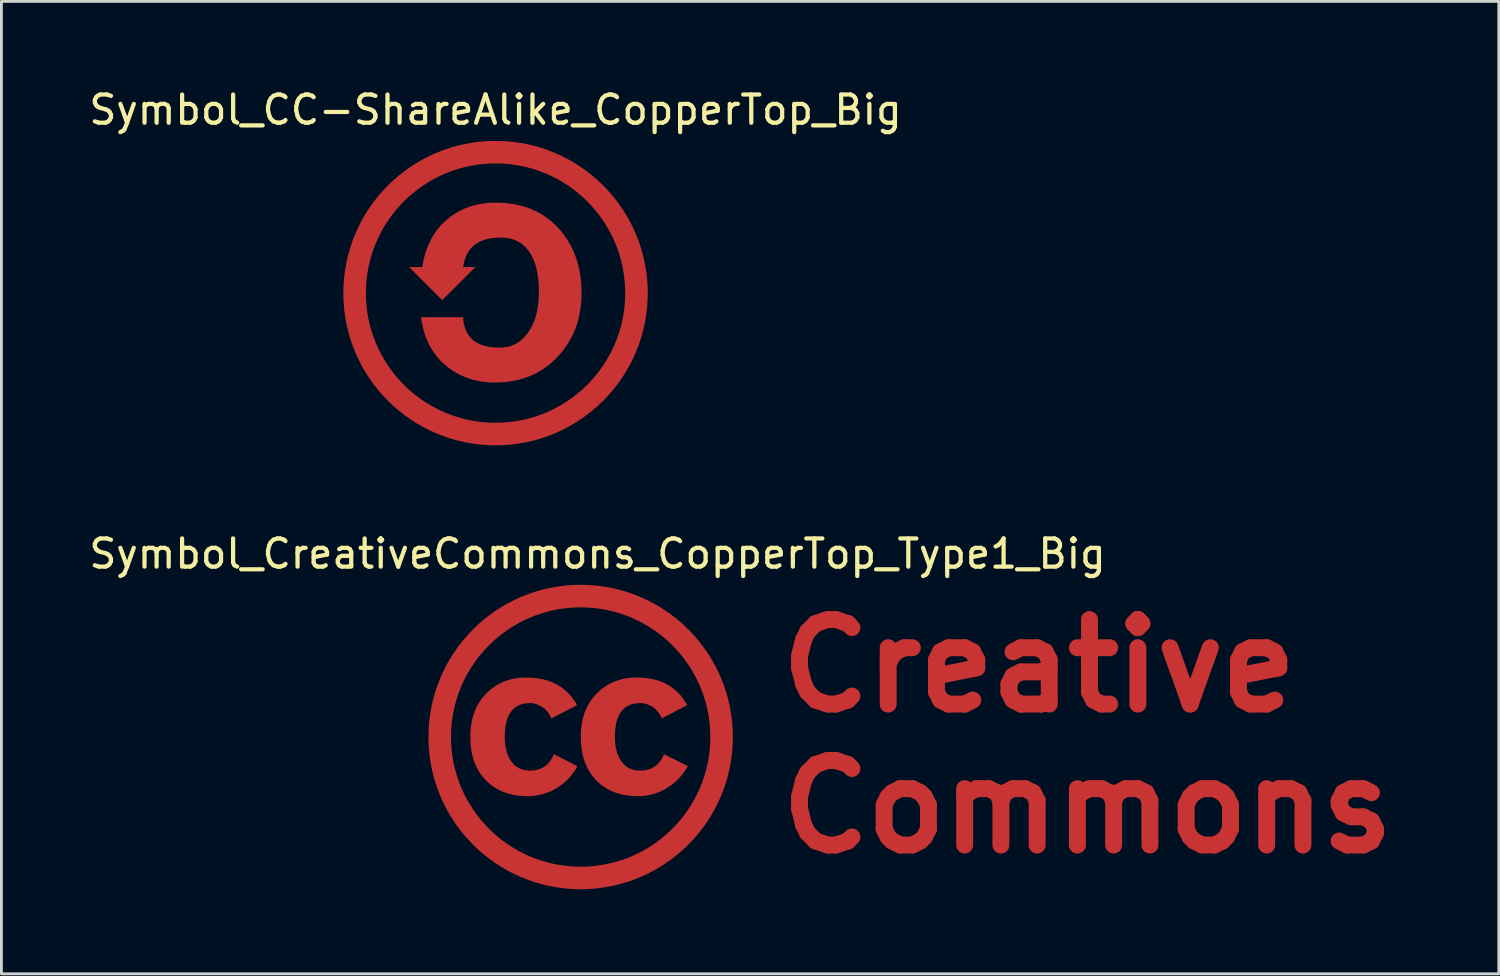
<source format=kicad_pcb>
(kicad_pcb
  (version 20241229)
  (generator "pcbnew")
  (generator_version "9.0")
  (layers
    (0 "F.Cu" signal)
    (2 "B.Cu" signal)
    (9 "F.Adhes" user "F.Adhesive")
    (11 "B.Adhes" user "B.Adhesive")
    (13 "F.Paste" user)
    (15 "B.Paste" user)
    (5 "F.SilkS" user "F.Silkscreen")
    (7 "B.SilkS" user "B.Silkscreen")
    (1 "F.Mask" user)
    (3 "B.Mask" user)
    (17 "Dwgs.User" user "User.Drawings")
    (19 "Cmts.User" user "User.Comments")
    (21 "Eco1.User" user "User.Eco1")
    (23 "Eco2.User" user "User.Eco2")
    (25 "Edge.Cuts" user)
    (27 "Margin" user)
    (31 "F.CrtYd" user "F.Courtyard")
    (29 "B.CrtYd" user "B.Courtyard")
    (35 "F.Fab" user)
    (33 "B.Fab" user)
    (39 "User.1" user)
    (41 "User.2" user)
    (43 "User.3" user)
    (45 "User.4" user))
  (footprint "Symbol_CC-ShareAlike_CopperTop_Big"
    (layer "F.Cu")
    (at 14.53 7.348)
    (property "Reference" "Symbol_CC-ShareAlike_CopperTop_Big" (at 0 -6.5 0) (layer "F.SilkS") (effects (font (size 1 1) (thickness 0.15))))
    (attr exclude_from_pos_files exclude_from_bom allow_missing_courtyard)
    (fp_circle (center 0 0) (end 5 0) (stroke (width 0.8) (type default)) (fill no) (layer "F.Cu"))
    (fp_poly (pts (xy 0.175 -3.205) (xy 0.342 -3.195) (xy 0.506 -3.177) (xy 0.665 -3.153) (xy 0.819 -3.121) (xy 0.969 -3.082) (xy 1.115 -3.037) (xy 1.256 -2.984) (xy 1.393 -2.924) (xy 1.525 -2.858) (xy 1.653 -2.784) (xy 1.776 -2.703) (xy 1.895 -2.615) (xy 2.009 -2.52) (xy 2.119 -2.418) (xy 2.225 -2.31) (xy 2.325 -2.195) (xy 2.418 -2.077) (xy 2.505 -1.954) (xy 2.586 -1.828) (xy 2.66 -1.698) (xy 2.728 -1.563) (xy 2.789 -1.425) (xy 2.844 -1.283) (xy 2.892 -1.137) (xy 2.934 -0.987) (xy 2.97 -0.833) (xy 2.999 -0.674) (xy 3.021 -0.512) (xy 3.037 -0.346) (xy 3.047 -0.176) (xy 3.05 -0.002) (xy 3.047 0.166) (xy 3.037 0.332) (xy 3.02 0.493) (xy 2.997 0.651) (xy 2.966 0.806) (xy 2.93 0.957) (xy 2.886 1.104) (xy 2.836 1.248) (xy 2.779 1.388) (xy 2.715 1.524) (xy 2.645 1.657) (xy 2.568 1.786) (xy 2.484 1.912) (xy 2.394 2.034) (xy 2.297 2.153) (xy 2.193 2.267) (xy 2.084 2.377) (xy 1.971 2.479) (xy 1.854 2.575) (xy 1.733 2.663) (xy 1.608 2.745) (xy 1.479 2.819) (xy 1.346 2.886) (xy 1.209 2.946) (xy 1.068 2.999) (xy 0.923 3.045) (xy 0.774 3.084) (xy 0.621 3.116) (xy 0.465 3.141) (xy 0.304 3.158) (xy 0.139 3.169) (xy -0.03 3.172) (xy -0.154 3.17) (xy -0.277 3.163) (xy -0.397 3.151) (xy -0.515 3.135) (xy -0.631 3.113) (xy -0.745 3.088) (xy -0.857 3.057) (xy -0.966 3.022) (xy -1.074 2.982) (xy -1.179 2.937) (xy -1.282 2.887) (xy -1.383 2.833) (xy -1.482 2.774) (xy -1.578 2.711) (xy -1.673 2.642) (xy -1.765 2.569) (xy -1.854 2.492) (xy -1.939 2.41) (xy -2.019 2.325) (xy -2.094 2.236) (xy -2.165 2.142) (xy -2.231 2.045) (xy -2.293 1.944) (xy -2.35 1.839) (xy -2.403 1.73) (xy -2.451 1.617) (xy -2.494 1.5) (xy -2.533 1.379) (xy -2.568 1.254) (xy -2.598 1.125) (xy -2.623 0.992) (xy -2.644 0.855) (xy -1.151 0.855) (xy -1.147 0.921) (xy -1.14 0.985) (xy -1.131 1.048) (xy -1.119 1.108) (xy -1.105 1.166) (xy -1.089 1.222) (xy -1.071 1.275) (xy -1.05 1.327) (xy -1.027 1.377) (xy -1.001 1.424) (xy -0.973 1.469) (xy -0.943 1.513) (xy -0.911 1.554) (xy -0.876 1.593) (xy -0.839 1.63) (xy -0.799 1.664) (xy -0.757 1.697) (xy -0.713 1.728) (xy -0.667 1.756) (xy -0.618 1.782) (xy -0.567 1.807) (xy -0.513 1.829) (xy -0.457 1.849) (xy -0.399 1.867) (xy -0.338 1.883) (xy -0.276 1.896) (xy -0.21 1.908) (xy -0.143 1.917) (xy -0.073 1.925) (xy -0.001 1.93) (xy 0.074 1.933) (xy 0.151 1.934) (xy 0.228 1.932) (xy 0.303 1.926) (xy 0.376 1.915) (xy 0.448 1.901) (xy 0.517 1.882) (xy 0.585 1.858) (xy 0.65 1.831) (xy 0.714 1.799) (xy 0.776 1.763) (xy 0.836 1.723) (xy 0.894 1.679) (xy 0.95 1.631) (xy 1.005 1.578) (xy 1.057 1.521) (xy 1.107 1.46) (xy 1.156 1.395) (xy 1.202 1.326) (xy 1.245 1.254) (xy 1.286 1.18) (xy 1.323 1.102) (xy 1.357 1.022) (xy 1.388 0.939) (xy 1.417 0.853) (xy 1.442 0.765) (xy 1.464 0.673) (xy 1.484 0.579) (xy 1.5 0.482) (xy 1.514 0.383) (xy 1.524 0.28) (xy 1.531 0.175) (xy 1.536 0.066) (xy 1.537 -0.045) (xy 1.536 -0.161) (xy 1.532 -0.273) (xy 1.525 -0.382) (xy 1.516 -0.488) (xy 1.503 -0.589) (xy 1.488 -0.688) (xy 1.471 -0.783) (xy 1.45 -0.874) (xy 1.427 -0.962) (xy 1.401 -1.046) (xy 1.372 -1.127) (xy 1.341 -1.205) (xy 1.307 -1.278) (xy 1.27 -1.349) (xy 1.231 -1.415) (xy 1.188 -1.479) (xy 1.143 -1.538) (xy 1.096 -1.594) (xy 1.046 -1.646) (xy 0.994 -1.694) (xy 0.94 -1.738) (xy 0.883 -1.779) (xy 0.824 -1.815) (xy 0.762 -1.848) (xy 0.698 -1.877) (xy 0.632 -1.902) (xy 0.563 -1.923) (xy 0.492 -1.94) (xy 0.418 -1.954) (xy 0.342 -1.963) (xy 0.263 -1.969) (xy 0.183 -1.971) (xy 0.038 -1.967) (xy -0.098 -1.954) (xy -0.226 -1.934) (xy -0.345 -1.905) (xy -0.402 -1.888) (xy -0.457 -1.869) (xy -0.51 -1.847) (xy -0.561 -1.824) (xy -0.609 -1.798) (xy -0.656 -1.77) (xy -0.701 -1.741) (xy -0.744 -1.709) (xy -0.784 -1.675) (xy -0.823 -1.639) (xy -0.859 -1.602) (xy -0.894 -1.562) (xy -0.927 -1.52) (xy -0.957 -1.476) (xy -0.986 -1.43) (xy -1.012 -1.382) (xy -1.037 -1.332) (xy -1.059 -1.279) (xy -1.079 -1.225) (xy -1.098 -1.169) (xy -1.114 -1.111) (xy -1.128 -1.05) (xy -1.151 -0.923) (xy -0.717 -0.923) (xy -1.892 0.251) (xy -3.066 -0.923) (xy -2.601 -0.923) (xy -2.578 -1.057) (xy -2.55 -1.188) (xy -2.519 -1.315) (xy -2.483 -1.437) (xy -2.443 -1.556) (xy -2.398 -1.672) (xy -2.35 -1.783) (xy -2.297 -1.89) (xy -2.24 -1.994) (xy -2.179 -2.094) (xy -2.113 -2.189) (xy -2.044 -2.281) (xy -1.97 -2.37) (xy -1.892 -2.454) (xy -1.809 -2.534) (xy -1.723 -2.611) (xy -1.633 -2.684) (xy -1.541 -2.751) (xy -1.446 -2.814) (xy -1.349 -2.873) (xy -1.25 -2.926) (xy -1.148 -2.975) (xy -1.044 -3.02) (xy -0.937 -3.06) (xy -0.828 -3.095) (xy -0.717 -3.125) (xy -0.603 -3.151) (xy -0.487 -3.172) (xy -0.368 -3.188) (xy -0.247 -3.2) (xy -0.124 -3.207) (xy 0.002 -3.209)) (stroke (width 0) (type solid)) (fill yes) (layer "F.Cu")))
  (footprint "Symbol_CreativeCommons_CopperTop_Type1_Big"
    (layer "F.Cu")
    (at 17.549 23.096)
    (property "Reference" "Symbol_CreativeCommons_CopperTop_Type1_Big" (at 0.599 -6.5 0) (layer "F.SilkS") (effects (font (size 1 1) (thickness 0.15))))
    (attr exclude_from_pos_files exclude_from_bom allow_missing_courtyard)
    (fp_circle (center 0 0) (end 5 0) (stroke (width 0.8) (type default)) (fill no) (layer "F.Cu"))
    (fp_poly (pts (xy -1.775 -2.107) (xy -1.626 -2.096) (xy -1.483 -2.077) (xy -1.345 -2.05) (xy -1.213 -2.016) (xy -1.086 -1.974) (xy -0.965 -1.924) (xy -0.85 -1.867) (xy -0.74 -1.802) (xy -0.636 -1.729) (xy -0.537 -1.648) (xy -0.444 -1.56) (xy -0.357 -1.465) (xy -0.275 -1.361) (xy -0.198 -1.25) (xy -0.127 -1.132) (xy -0.127 -1.132) (xy -1.035 -0.66) (xy -1.053 -0.697) (xy -1.072 -0.733) (xy -1.092 -0.767) (xy -1.111 -0.8) (xy -1.132 -0.831) (xy -1.153 -0.861) (xy -1.174 -0.89) (xy -1.196 -0.917) (xy -1.219 -0.943) (xy -1.242 -0.967) (xy -1.266 -0.99) (xy -1.29 -1.011) (xy -1.314 -1.032) (xy -1.34 -1.05) (xy -1.365 -1.067) (xy -1.391 -1.083) (xy -1.418 -1.098) (xy -1.444 -1.112) (xy -1.47 -1.124) (xy -1.495 -1.136) (xy -1.521 -1.147) (xy -1.546 -1.157) (xy -1.571 -1.166) (xy -1.596 -1.174) (xy -1.62 -1.181) (xy -1.644 -1.187) (xy -1.668 -1.192) (xy -1.692 -1.197) (xy -1.715 -1.2) (xy -1.739 -1.202) (xy -1.762 -1.204) (xy -1.785 -1.204) (xy -1.84 -1.203) (xy -1.894 -1.199) (xy -1.947 -1.194) (xy -1.997 -1.185) (xy -2.046 -1.175) (xy -2.093 -1.162) (xy -2.138 -1.147) (xy -2.181 -1.129) (xy -2.223 -1.109) (xy -2.263 -1.087) (xy -2.301 -1.063) (xy -2.337 -1.036) (xy -2.372 -1.007) (xy -2.405 -0.975) (xy -2.436 -0.941) (xy -2.465 -0.905) (xy -2.492 -0.866) (xy -2.518 -0.825) (xy -2.542 -0.782) (xy -2.564 -0.736) (xy -2.585 -0.689) (xy -2.603 -0.638) (xy -2.62 -0.586) (xy -2.635 -0.531) (xy -2.648 -0.473) (xy -2.66 -0.414) (xy -2.67 -0.352) (xy -2.678 -0.287) (xy -2.684 -0.221) (xy -2.688 -0.152) (xy -2.691 -0.08) (xy -2.692 -0.007) (xy -2.691 0.06) (xy -2.688 0.126) (xy -2.684 0.19) (xy -2.677 0.252) (xy -2.669 0.312) (xy -2.66 0.371) (xy -2.648 0.428) (xy -2.634 0.483) (xy -2.619 0.536) (xy -2.602 0.588) (xy -2.583 0.638) (xy -2.563 0.687) (xy -2.54 0.734) (xy -2.516 0.779) (xy -2.49 0.822) (xy -2.462 0.864) (xy -2.433 0.903) (xy -2.401 0.94) (xy -2.368 0.975) (xy -2.334 1.007) (xy -2.316 1.022) (xy -2.297 1.036) (xy -2.278 1.05) (xy -2.259 1.063) (xy -2.239 1.075) (xy -2.219 1.087) (xy -2.199 1.098) (xy -2.178 1.109) (xy -2.135 1.128) (xy -2.09 1.145) (xy -2.043 1.159) (xy -1.995 1.17) (xy -1.945 1.179) (xy -1.893 1.186) (xy -1.84 1.189) (xy -1.785 1.191) (xy -1.712 1.188) (xy -1.642 1.182) (xy -1.575 1.17) (xy -1.51 1.154) (xy -1.448 1.134) (xy -1.389 1.109) (xy -1.333 1.079) (xy -1.28 1.045) (xy -1.229 1.007) (xy -1.181 0.964) (xy -1.135 0.916) (xy -1.093 0.864) (xy -1.053 0.807) (xy -1.016 0.746) (xy -0.981 0.68) (xy -0.95 0.61) (xy -0.115 1.033) (xy -0.149 1.095) (xy -0.185 1.154) (xy -0.222 1.212) (xy -0.261 1.268) (xy -0.302 1.323) (xy -0.344 1.376) (xy -0.388 1.427) (xy -0.433 1.477) (xy -0.48 1.524) (xy -0.528 1.571) (xy -0.578 1.615) (xy -0.63 1.658) (xy -0.684 1.7) (xy -0.739 1.739) (xy -0.795 1.777) (xy -0.853 1.814) (xy -0.913 1.848) (xy -0.973 1.88) (xy -1.033 1.91) (xy -1.095 1.938) (xy -1.157 1.964) (xy -1.22 1.987) (xy -1.284 2.008) (xy -1.349 2.027) (xy -1.414 2.043) (xy -1.481 2.058) (xy -1.547 2.07) (xy -1.615 2.08) (xy -1.684 2.088) (xy -1.753 2.093) (xy -1.823 2.097) (xy -1.893 2.098) (xy -2.005 2.096) (xy -2.115 2.089) (xy -2.221 2.078) (xy -2.325 2.063) (xy -2.426 2.044) (xy -2.524 2.02) (xy -2.62 1.991) (xy -2.713 1.959) (xy -2.803 1.922) (xy -2.89 1.881) (xy -2.975 1.835) (xy -3.057 1.785) (xy -3.136 1.731) (xy -3.213 1.672) (xy -3.286 1.609) (xy -3.357 1.541) (xy -3.424 1.47) (xy -3.487 1.396) (xy -3.546 1.317) (xy -3.6 1.236) (xy -3.65 1.151) (xy -3.696 1.063) (xy -3.737 0.971) (xy -3.774 0.876) (xy -3.807 0.778) (xy -3.835 0.676) (xy -3.859 0.571) (xy -3.879 0.462) (xy -3.894 0.35) (xy -3.905 0.235) (xy -3.911 0.116) (xy -3.913 -0.007) (xy -3.911 -0.126) (xy -3.905 -0.242) (xy -3.894 -0.355) (xy -3.878 -0.465) (xy -3.858 -0.572) (xy -3.834 -0.676) (xy -3.806 -0.777) (xy -3.773 -0.874) (xy -3.735 -0.969) (xy -3.694 -1.06) (xy -3.647 -1.148) (xy -3.597 -1.233) (xy -3.542 -1.315) (xy -3.483 -1.394) (xy -3.419 -1.47) (xy -3.351 -1.543) (xy -3.28 -1.611) (xy -3.206 -1.676) (xy -3.13 -1.736) (xy -3.051 -1.791) (xy -2.971 -1.842) (xy -2.888 -1.889) (xy -2.802 -1.931) (xy -2.714 -1.969) (xy -2.625 -2.002) (xy -2.532 -2.031) (xy -2.438 -2.056) (xy -2.341 -2.076) (xy -2.241 -2.091) (xy -2.14 -2.102) (xy -2.036 -2.109) (xy -1.93 -2.111)) (stroke (width 0) (type solid)) (fill yes) (layer "F.Cu"))
    (fp_poly (pts (xy 2.144 -2.107) (xy 2.292 -2.096) (xy 2.435 -2.077) (xy 2.573 -2.05) (xy 2.705 -2.016) (xy 2.831 -1.974) (xy 2.951 -1.924) (xy 3.066 -1.867) (xy 3.175 -1.802) (xy 3.278 -1.729) (xy 3.376 -1.648) (xy 3.468 -1.56) (xy 3.554 -1.465) (xy 3.635 -1.361) (xy 3.71 -1.25) (xy 3.779 -1.132) (xy 3.779 -1.132) (xy 2.884 -0.66) (xy 2.866 -0.697) (xy 2.847 -0.733) (xy 2.828 -0.767) (xy 2.808 -0.8) (xy 2.787 -0.831) (xy 2.766 -0.861) (xy 2.745 -0.89) (xy 2.722 -0.917) (xy 2.7 -0.943) (xy 2.677 -0.967) (xy 2.653 -0.99) (xy 2.629 -1.011) (xy 2.604 -1.032) (xy 2.579 -1.05) (xy 2.554 -1.067) (xy 2.527 -1.083) (xy 2.501 -1.098) (xy 2.475 -1.112) (xy 2.449 -1.124) (xy 2.423 -1.136) (xy 2.397 -1.147) (xy 2.371 -1.157) (xy 2.345 -1.166) (xy 2.32 -1.174) (xy 2.295 -1.181) (xy 2.27 -1.187) (xy 2.245 -1.192) (xy 2.22 -1.197) (xy 2.195 -1.2) (xy 2.171 -1.202) (xy 2.146 -1.204) (xy 2.122 -1.204) (xy 2.067 -1.203) (xy 2.012 -1.199) (xy 1.96 -1.194) (xy 1.91 -1.185) (xy 1.861 -1.175) (xy 1.814 -1.162) (xy 1.769 -1.147) (xy 1.725 -1.129) (xy 1.684 -1.109) (xy 1.644 -1.087) (xy 1.606 -1.063) (xy 1.569 -1.036) (xy 1.535 -1.007) (xy 1.502 -0.975) (xy 1.471 -0.941) (xy 1.442 -0.905) (xy 1.414 -0.866) (xy 1.389 -0.825) (xy 1.365 -0.782) (xy 1.343 -0.736) (xy 1.322 -0.689) (xy 1.304 -0.638) (xy 1.287 -0.586) (xy 1.272 -0.531) (xy 1.258 -0.473) (xy 1.247 -0.414) (xy 1.237 -0.352) (xy 1.229 -0.287) (xy 1.223 -0.221) (xy 1.218 -0.152) (xy 1.216 -0.08) (xy 1.215 -0.007) (xy 1.216 0.06) (xy 1.219 0.126) (xy 1.223 0.19) (xy 1.229 0.252) (xy 1.237 0.312) (xy 1.247 0.371) (xy 1.259 0.428) (xy 1.272 0.483) (xy 1.288 0.536) (xy 1.305 0.588) (xy 1.324 0.638) (xy 1.344 0.687) (xy 1.367 0.734) (xy 1.391 0.779) (xy 1.417 0.822) (xy 1.445 0.864) (xy 1.474 0.903) (xy 1.506 0.94) (xy 1.539 0.975) (xy 1.556 0.991) (xy 1.573 1.007) (xy 1.591 1.022) (xy 1.61 1.036) (xy 1.628 1.05) (xy 1.648 1.063) (xy 1.667 1.075) (xy 1.687 1.087) (xy 1.708 1.098) (xy 1.729 1.109) (xy 1.772 1.128) (xy 1.817 1.145) (xy 1.864 1.159) (xy 1.912 1.17) (xy 1.962 1.179) (xy 2.014 1.186) (xy 2.067 1.189) (xy 2.122 1.191) (xy 2.195 1.188) (xy 2.265 1.182) (xy 2.332 1.17) (xy 2.397 1.154) (xy 2.458 1.134) (xy 2.517 1.109) (xy 2.574 1.079) (xy 2.627 1.045) (xy 2.678 1.007) (xy 2.726 0.964) (xy 2.771 0.916) (xy 2.814 0.864) (xy 2.854 0.807) (xy 2.891 0.746) (xy 2.925 0.68) (xy 2.957 0.61) (xy 3.803 1.033) (xy 3.768 1.095) (xy 3.731 1.154) (xy 3.692 1.212) (xy 3.652 1.268) (xy 3.611 1.323) (xy 3.567 1.376) (xy 3.523 1.427) (xy 3.477 1.477) (xy 3.429 1.524) (xy 3.38 1.571) (xy 3.329 1.615) (xy 3.277 1.658) (xy 3.224 1.7) (xy 3.168 1.739) (xy 3.112 1.777) (xy 3.054 1.814) (xy 2.994 1.848) (xy 2.934 1.88) (xy 2.874 1.91) (xy 2.812 1.938) (xy 2.751 1.964) (xy 2.688 1.987) (xy 2.625 2.008) (xy 2.561 2.027) (xy 2.496 2.043) (xy 2.431 2.058) (xy 2.365 2.07) (xy 2.298 2.08) (xy 2.231 2.088) (xy 2.163 2.093) (xy 2.095 2.097) (xy 2.026 2.098) (xy 1.912 2.096) (xy 1.802 2.089) (xy 1.694 2.078) (xy 1.589 2.063) (xy 1.487 2.044) (xy 1.388 2.02) (xy 1.292 1.991) (xy 1.199 1.959) (xy 1.108 1.922) (xy 1.021 1.881) (xy 0.936 1.835) (xy 0.854 1.785) (xy 0.776 1.731) (xy 0.7 1.672) (xy 0.627 1.609) (xy 0.556 1.541) (xy 0.49 1.47) (xy 0.427 1.396) (xy 0.369 1.317) (xy 0.315 1.236) (xy 0.266 1.151) (xy 0.221 1.063) (xy 0.18 0.971) (xy 0.143 0.876) (xy 0.111 0.778) (xy 0.083 0.676) (xy 0.059 0.571) (xy 0.04 0.462) (xy 0.025 0.35) (xy 0.014 0.235) (xy 0.008 0.116) (xy 0.006 -0.007) (xy 0.008 -0.126) (xy 0.014 -0.242) (xy 0.025 -0.355) (xy 0.041 -0.465) (xy 0.061 -0.572) (xy 0.085 -0.676) (xy 0.113 -0.777) (xy 0.146 -0.874) (xy 0.184 -0.969) (xy 0.225 -1.06) (xy 0.271 -1.148) (xy 0.322 -1.233) (xy 0.377 -1.315) (xy 0.436 -1.394) (xy 0.5 -1.47) (xy 0.568 -1.543) (xy 0.64 -1.611) (xy 0.713 -1.676) (xy 0.789 -1.736) (xy 0.868 -1.791) (xy 0.949 -1.842) (xy 1.032 -1.889) (xy 1.117 -1.931) (xy 1.205 -1.969) (xy 1.294 -2.002) (xy 1.387 -2.031) (xy 1.481 -2.056) (xy 1.578 -2.076) (xy 1.678 -2.091) (xy 1.779 -2.102) (xy 1.883 -2.109) (xy 1.989 -2.111)) (stroke (width 0) (type solid)) (fill yes) (layer "F.Cu"))
    (fp_text user "Commons" (at 6.8 2.475 0) (unlocked yes) (layer "F.Cu") (effects (font (size 3 3) (thickness 0.6) (bold yes)) (justify left)))
    (fp_text user "Creative" (at 6.8 -2.525 0) (unlocked yes) (layer "F.Cu") (effects (font (size 3 3) (thickness 0.6) (bold yes)) (justify left))))
  (gr_rect
    (start -3 -3)
    (end 50.121 31.497)
    (stroke (width 0.1) (type default))
    (fill no)
    (layer "Edge.Cuts")))
</source>
